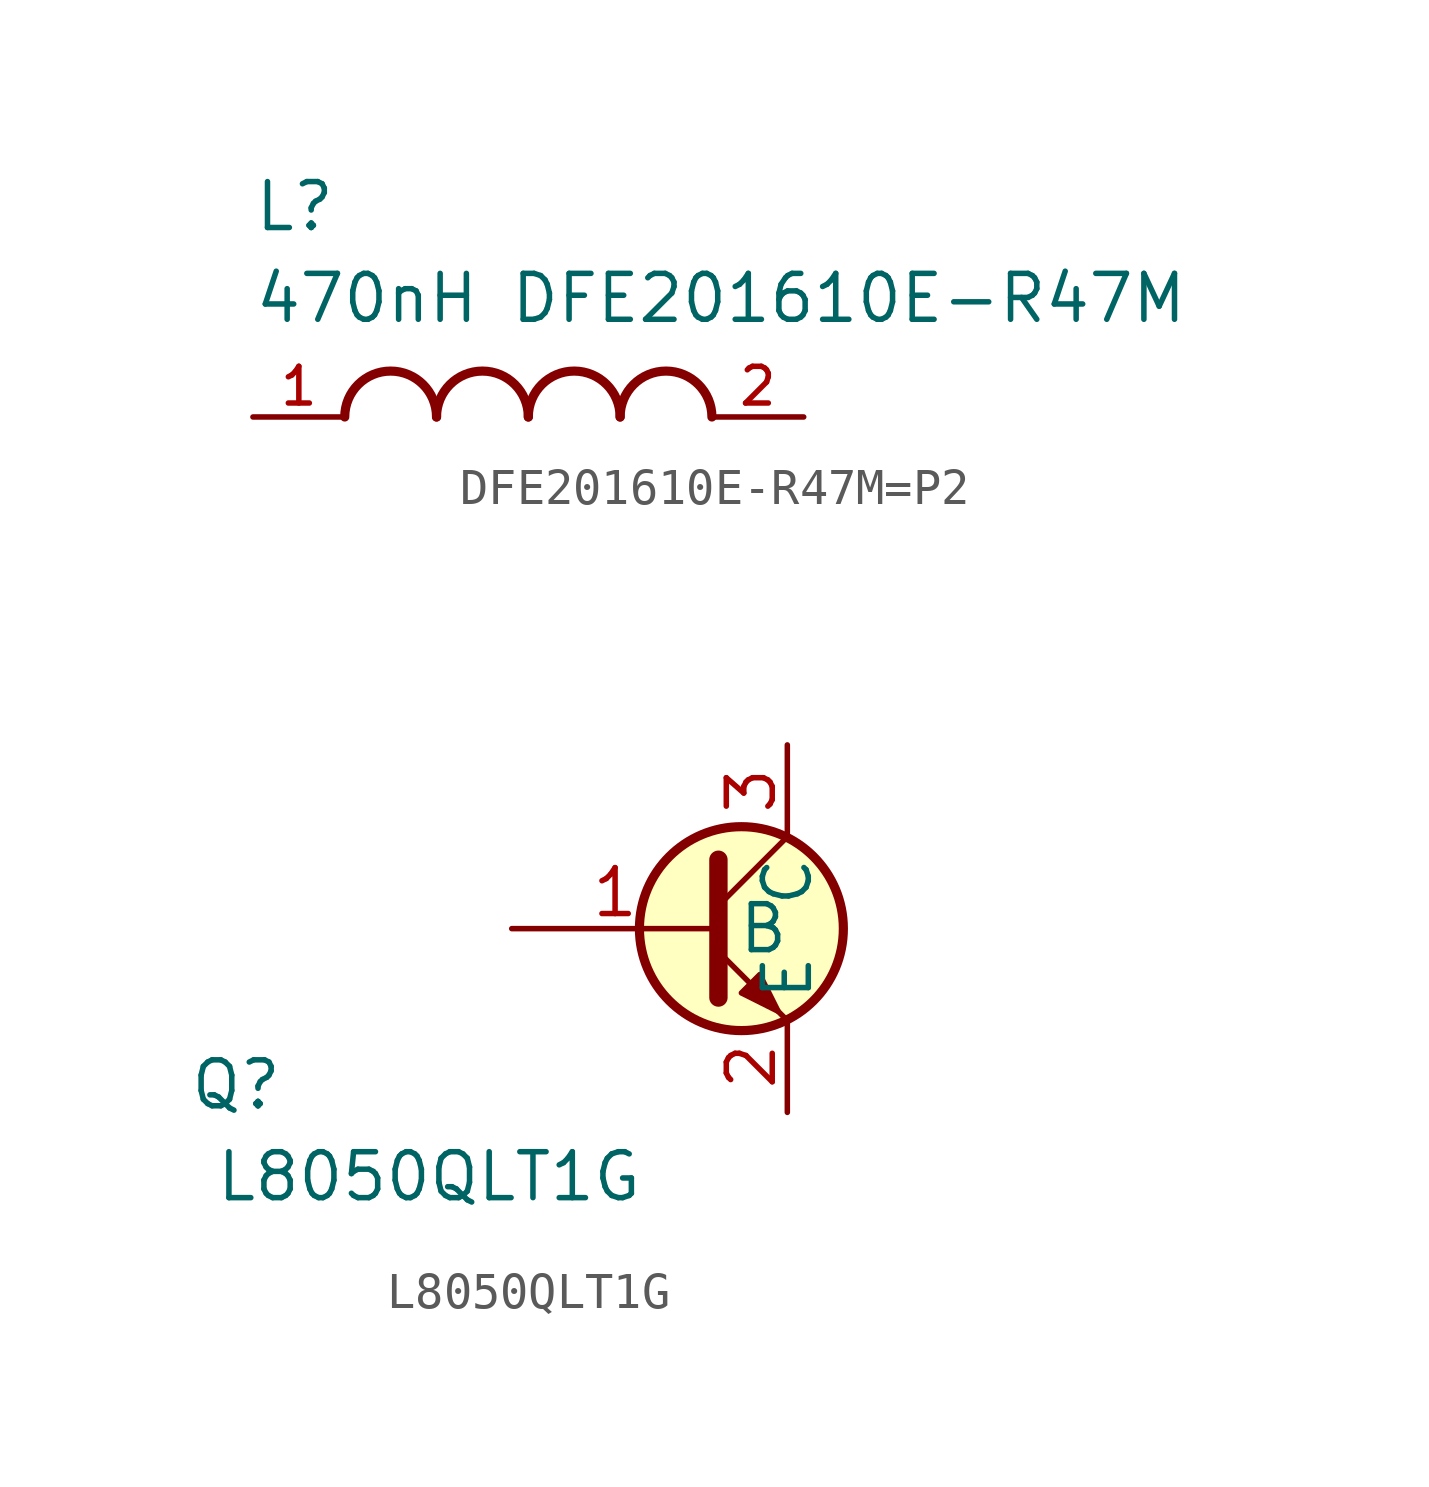
<source format=kicad_sym>
(kicad_symbol_lib
  (version 20231120)
  (generator "kicad_symbol_editor")
  (generator_version "8.0")
  (symbol "DFE201610E-R47M=P2"
    (pin_names
      (offset 1.016))
    (property "Reference" "L"
      (at -7.62 5.08 0)
      (effects (font (size 1.27 1.27)) (justify left bottom)))
    (property "Value" "470nH DFE201610E-R47M"
      (at -7.62 2.54 0)
      (effects (font (size 1.27 1.27)) (justify left bottom)))
    (symbol "DFE201610E-R47M=P2_0_0"
      (arc (start -2.54 0) (mid -3.81 1.2645) (end -5.08 0) (stroke (width 0.254) (type default)) (fill (type none)))
      (arc (start 0 0) (mid -1.27 1.2645) (end -2.54 0) (stroke (width 0.254) (type default)) (fill (type none)))
      (arc (start 2.54 0) (mid 1.27 1.2645) (end 0 0) (stroke (width 0.254) (type default)) (fill (type none)))
      (arc (start 5.08 0) (mid 3.81 1.2645) (end 2.54 0) (stroke (width 0.254) (type default)) (fill (type none)))
      (pin passive line (at -7.62 0 0) (length 2.54) (name "~" (effects (font (size 1.016 1.016)))) (number "1" (effects (font (size 1.016 1.016)))))
      (pin passive line (at 7.62 0 180) (length 2.54) (name "~" (effects (font (size 1.016 1.016)))) (number "2" (effects (font (size 1.016 1.016)))))))
  (symbol "L8050QLT1G"
    (property "Reference" "Q"
      (at -12.7 -4.318 0)
      (effects (font (size 1.27 1.27))))
    (property "Value" "L8050QLT1G"
      (at -7.366 -6.858 0)
      (effects (font (size 1.27 1.27))))
    (symbol "L8050QLT1G_0_1"
      (polyline (pts (xy 0.635 0.635) (xy 2.54 2.54)) (stroke (width 0) (type default)) (fill (type none)))
      (polyline (pts (xy 0.635 -0.635) (xy 2.54 -2.54) (xy 2.54 -2.54)) (stroke (width 0) (type default)) (fill (type none)))
      (polyline (pts (xy 0.635 1.905) (xy 0.635 -1.905) (xy 0.635 -1.905)) (stroke (width 0.508) (type default)) (fill (type none)))
      (polyline (pts (xy 1.27 -1.778) (xy 1.778 -1.27) (xy 2.286 -2.286) (xy 1.27 -1.778) (xy 1.27 -1.778)) (stroke (width 0) (type default)) (fill (type outline)))
      (circle (center 1.27 0) (radius 2.819) (stroke (width 0.254) (type default)) (fill (type background))))
    (symbol "L8050QLT1G_1_1"
      (pin input line (at -5.08 0 0) (length 5.715) (name "B" (effects (font (size 1.27 1.27)))) (number "1" (effects (font (size 1.27 1.27)))))
      (pin passive line (at 2.54 -5.08 90) (length 2.54) (name "E" (effects (font (size 1.27 1.27)))) (number "2" (effects (font (size 1.27 1.27)))))
      (pin passive line (at 2.54 5.08 270) (length 2.54) (name "C" (effects (font (size 1.27 1.27)))) (number "3" (effects (font (size 1.27 1.27))))))))
</source>
